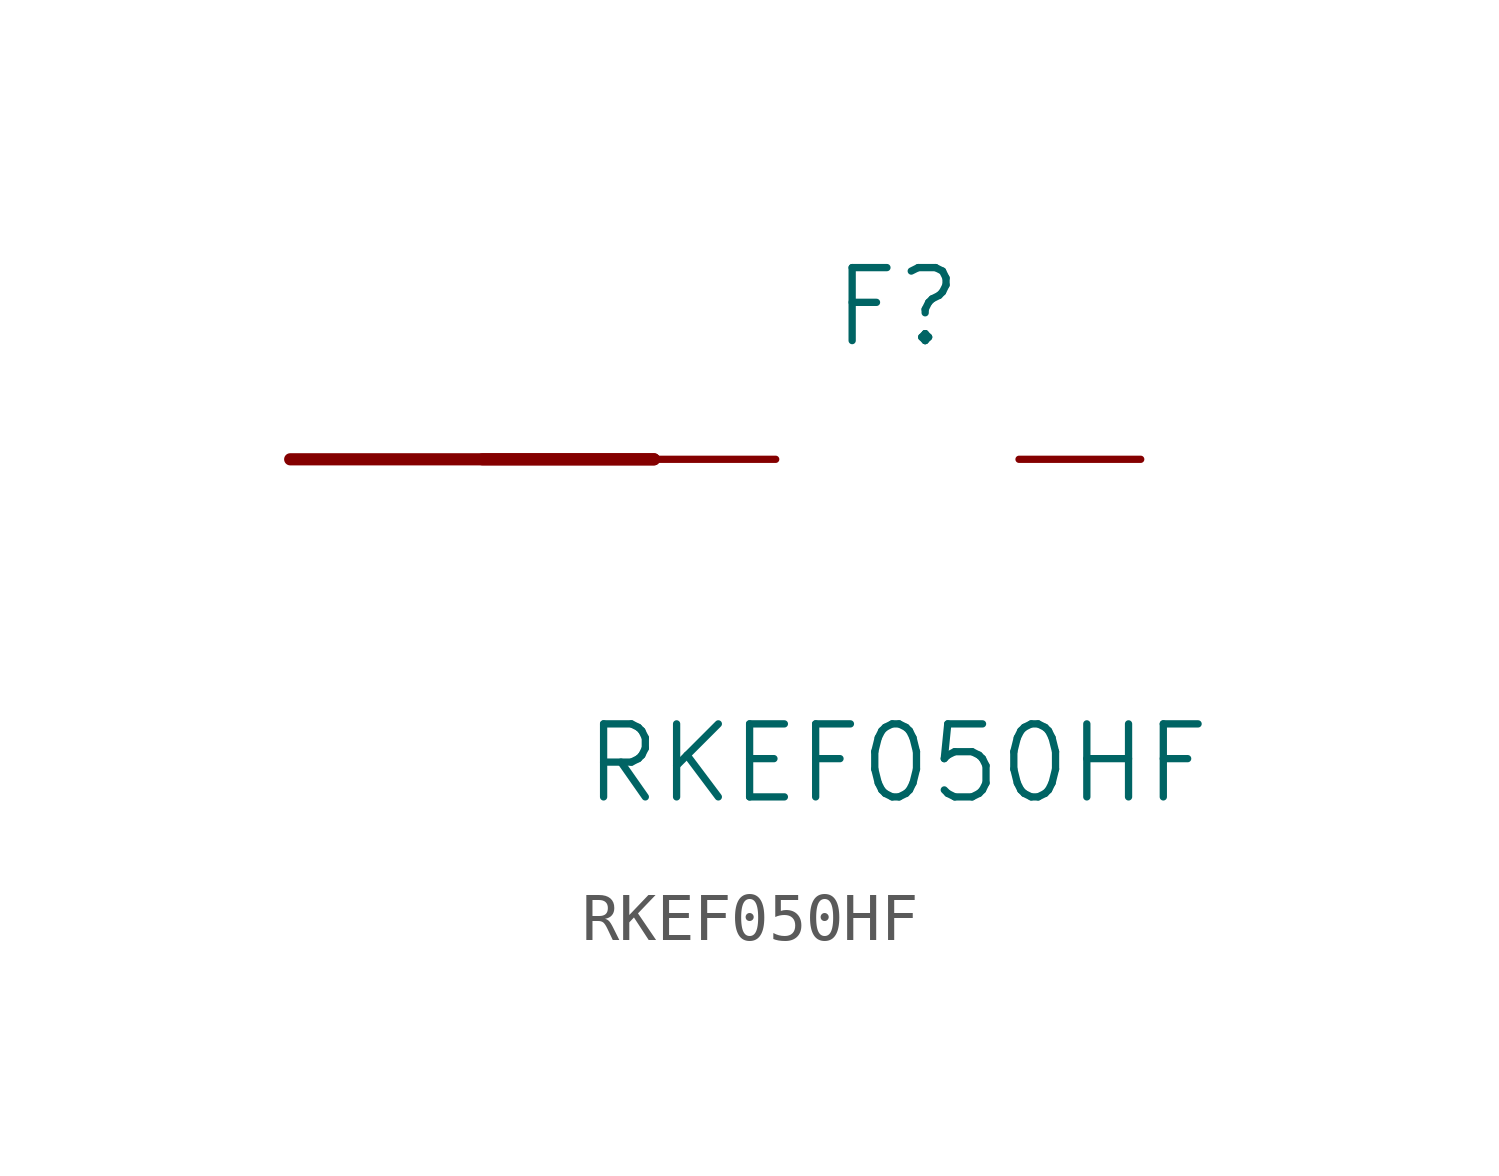
<source format=kicad_sym>
(kicad_symbol_lib
  (version 20231120)
  (generator "kicad_symbol_editor")
  (generator_version "8.0")
  (symbol "RKEF050HF"
    (pin_numbers hide)
    (pin_names hide)
    (property "Reference" "F"
      (at 5.08 3.175 0)
      (effects (font (size 1.524 1.524))))
    (property "Value" "RKEF050HF"
      (at 5.08 -6.35 0)
      (effects (font (size 1.524 1.524))))
    (property "Datasheet" ""
      (at 0 0 0)
      (effects (font (size 1.524 1.524))))
    (symbol "RKEF050HF_1_1"
      (arc (start -7.5946 0) (mid -3.7973 -0.0003) (end 0 0) (stroke (width 0.254) (type default)) (fill (type none)))
      (arc (start -3.5814 0) (mid -1.7907 -0.0001) (end 0 0) (stroke (width 0.254) (type default)) (fill (type none)))
      (pin unspecified line (at 0 0 0) (length 2.54) (name "1" (effects (font (size 1.499 1.499)))) (number "1" (effects (font (size 1.499 1.499)))))
      (pin unspecified line (at 10.16 0 180) (length 2.54) (name "2" (effects (font (size 1.499 1.499)))) (number "2" (effects (font (size 1.499 1.499))))))))
</source>
